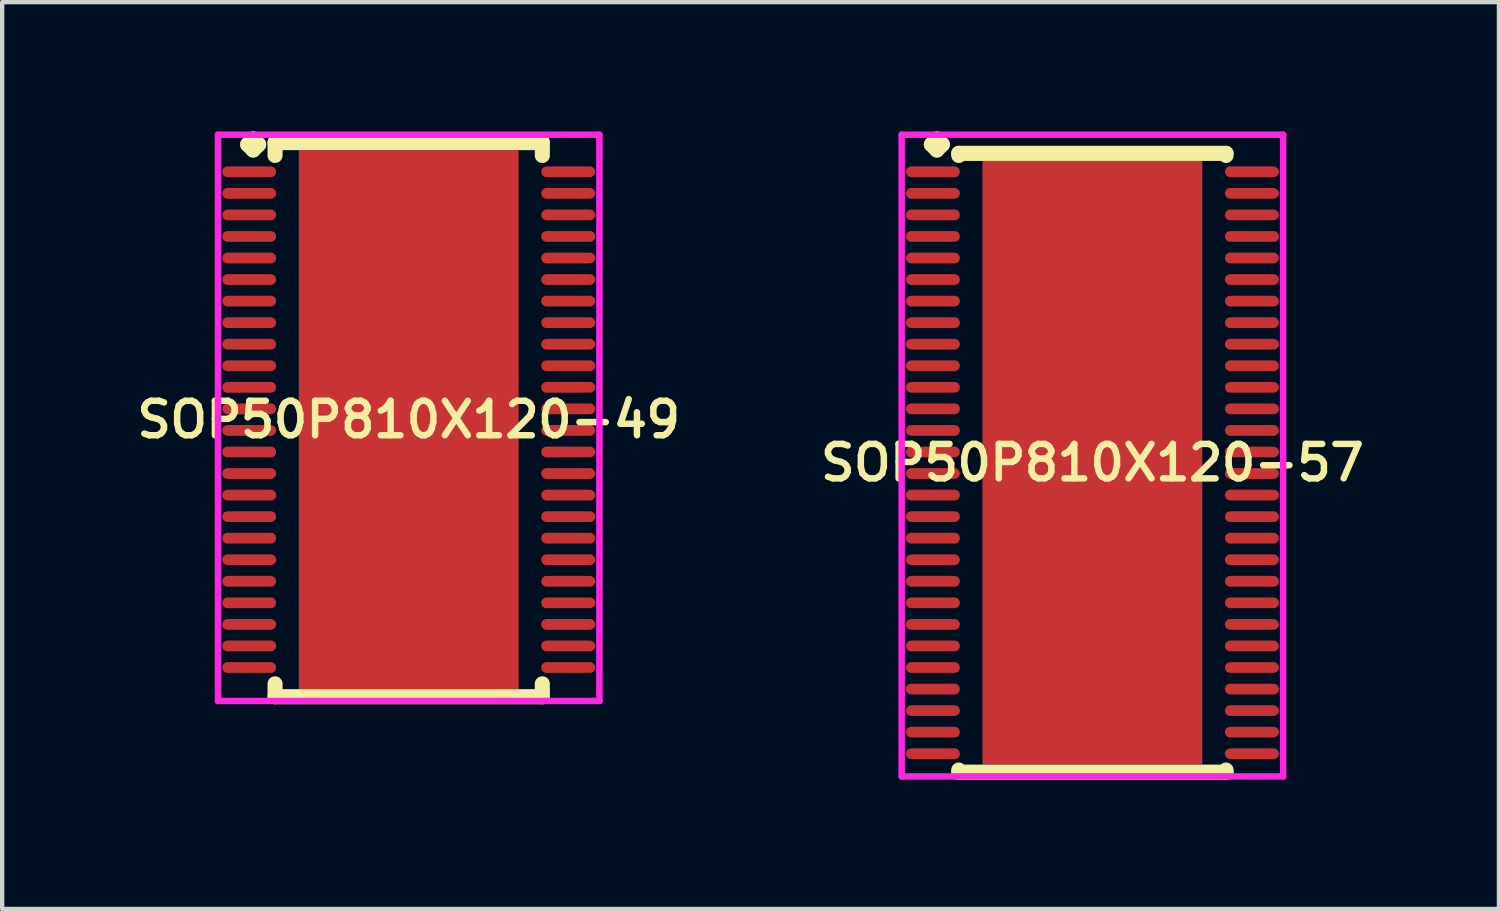
<source format=kicad_pcb>
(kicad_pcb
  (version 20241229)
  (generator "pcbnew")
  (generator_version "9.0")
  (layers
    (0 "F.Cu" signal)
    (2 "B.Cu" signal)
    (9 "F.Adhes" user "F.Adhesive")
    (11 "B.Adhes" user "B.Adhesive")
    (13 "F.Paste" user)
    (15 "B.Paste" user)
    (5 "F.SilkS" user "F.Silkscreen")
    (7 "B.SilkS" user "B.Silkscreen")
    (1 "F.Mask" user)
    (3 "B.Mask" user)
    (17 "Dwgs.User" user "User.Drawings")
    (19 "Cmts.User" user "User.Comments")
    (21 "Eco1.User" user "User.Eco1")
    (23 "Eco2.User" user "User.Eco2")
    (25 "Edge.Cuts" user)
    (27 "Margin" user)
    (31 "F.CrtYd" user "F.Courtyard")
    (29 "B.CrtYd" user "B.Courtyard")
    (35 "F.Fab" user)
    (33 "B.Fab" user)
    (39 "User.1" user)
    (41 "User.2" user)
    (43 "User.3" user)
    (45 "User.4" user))
  (footprint "SOP50P810X120-49"
    (layer "F.Cu")
    (at 6.431 6.685)
    (property "Reference" "SOP50P810X120-49" (at 0 0 0) (layer "F.SilkS") (effects (font (size 0.8 0.8) (thickness 0.15))))
    (attr smd)
    (fp_line (start -3.735 -6.383) (end -3.608 -6.51) (stroke (width 0.35) (type solid)) (layer "F.SilkS"))
    (fp_line (start -3.608 -6.51) (end -3.481 -6.383) (stroke (width 0.35) (type solid)) (layer "F.SilkS"))
    (fp_line (start -3.608 -6.256) (end -3.735 -6.383) (stroke (width 0.35) (type solid)) (layer "F.SilkS"))
    (fp_line (start -3.481 -6.383) (end -3.608 -6.256) (stroke (width 0.35) (type solid)) (layer "F.SilkS"))
    (fp_line (start -3.1 -6.427) (end 3.1 -6.427) (stroke (width 0.35) (type solid)) (layer "F.SilkS"))
    (fp_line (start -3.1 -6.129) (end -3.1 -6.427) (stroke (width 0.35) (type solid)) (layer "F.SilkS"))
    (fp_line (start -3.1 6.129) (end -3.1 6.427) (stroke (width 0.35) (type solid)) (layer "F.SilkS"))
    (fp_line (start -3.1 6.427) (end 3.1 6.427) (stroke (width 0.35) (type solid)) (layer "F.SilkS"))
    (fp_line (start 3.1 -6.427) (end 3.1 -6.129) (stroke (width 0.35) (type solid)) (layer "F.SilkS"))
    (fp_line (start 3.1 6.427) (end 3.1 6.129) (stroke (width 0.35) (type solid)) (layer "F.SilkS"))
    (fp_line (start -4.425 -6.61) (end 4.425 -6.61) (stroke (width 0.15) (type solid)) (layer "F.CrtYd"))
    (fp_line (start -4.425 6.527) (end -4.425 -6.61) (stroke (width 0.15) (type solid)) (layer "F.CrtYd"))
    (fp_line (start 4.425 -6.61) (end 4.425 6.527) (stroke (width 0.15) (type solid)) (layer "F.CrtYd"))
    (fp_line (start 4.425 6.527) (end -4.425 6.527) (stroke (width 0.15) (type solid)) (layer "F.CrtYd"))
    (pad "1" smd oval (at -3.7 -5.75) (size 1.25 0.25) (layers "F.Cu" "F.Mask" "F.Paste"))
    (pad "2" smd oval (at -3.7 -5.25) (size 1.25 0.25) (layers "F.Cu" "F.Mask" "F.Paste"))
    (pad "3" smd oval (at -3.7 -4.75) (size 1.25 0.25) (layers "F.Cu" "F.Mask" "F.Paste"))
    (pad "4" smd oval (at -3.7 -4.25) (size 1.25 0.25) (layers "F.Cu" "F.Mask" "F.Paste"))
    (pad "5" smd oval (at -3.7 -3.75) (size 1.25 0.25) (layers "F.Cu" "F.Mask" "F.Paste"))
    (pad "6" smd oval (at -3.7 -3.25) (size 1.25 0.25) (layers "F.Cu" "F.Mask" "F.Paste"))
    (pad "7" smd oval (at -3.7 -2.75) (size 1.25 0.25) (layers "F.Cu" "F.Mask" "F.Paste"))
    (pad "8" smd oval (at -3.7 -2.25) (size 1.25 0.25) (layers "F.Cu" "F.Mask" "F.Paste"))
    (pad "9" smd oval (at -3.7 -1.75) (size 1.25 0.25) (layers "F.Cu" "F.Mask" "F.Paste"))
    (pad "10" smd oval (at -3.7 -1.25) (size 1.25 0.25) (layers "F.Cu" "F.Mask" "F.Paste"))
    (pad "11" smd oval (at -3.7 -0.75) (size 1.25 0.25) (layers "F.Cu" "F.Mask" "F.Paste"))
    (pad "12" smd oval (at -3.7 -0.25) (size 1.25 0.25) (layers "F.Cu" "F.Mask" "F.Paste"))
    (pad "13" smd oval (at -3.7 0.25) (size 1.25 0.25) (layers "F.Cu" "F.Mask" "F.Paste"))
    (pad "14" smd oval (at -3.7 0.75) (size 1.25 0.25) (layers "F.Cu" "F.Mask" "F.Paste"))
    (pad "15" smd oval (at -3.7 1.25) (size 1.25 0.25) (layers "F.Cu" "F.Mask" "F.Paste"))
    (pad "16" smd oval (at -3.7 1.75) (size 1.25 0.25) (layers "F.Cu" "F.Mask" "F.Paste"))
    (pad "17" smd oval (at -3.7 2.25) (size 1.25 0.25) (layers "F.Cu" "F.Mask" "F.Paste"))
    (pad "18" smd oval (at -3.7 2.75) (size 1.25 0.25) (layers "F.Cu" "F.Mask" "F.Paste"))
    (pad "19" smd oval (at -3.7 3.25) (size 1.25 0.25) (layers "F.Cu" "F.Mask" "F.Paste"))
    (pad "20" smd oval (at -3.7 3.75) (size 1.25 0.25) (layers "F.Cu" "F.Mask" "F.Paste"))
    (pad "21" smd oval (at -3.7 4.25) (size 1.25 0.25) (layers "F.Cu" "F.Mask" "F.Paste"))
    (pad "22" smd oval (at -3.7 4.75) (size 1.25 0.25) (layers "F.Cu" "F.Mask" "F.Paste"))
    (pad "23" smd oval (at -3.7 5.25) (size 1.25 0.25) (layers "F.Cu" "F.Mask" "F.Paste"))
    (pad "24" smd oval (at -3.7 5.75) (size 1.25 0.25) (layers "F.Cu" "F.Mask" "F.Paste"))
    (pad "25" smd oval (at 3.7 5.75) (size 1.25 0.25) (layers "F.Cu" "F.Mask" "F.Paste"))
    (pad "26" smd oval (at 3.7 5.25) (size 1.25 0.25) (layers "F.Cu" "F.Mask" "F.Paste"))
    (pad "27" smd oval (at 3.7 4.75) (size 1.25 0.25) (layers "F.Cu" "F.Mask" "F.Paste"))
    (pad "28" smd oval (at 3.7 4.25) (size 1.25 0.25) (layers "F.Cu" "F.Mask" "F.Paste"))
    (pad "29" smd oval (at 3.7 3.75) (size 1.25 0.25) (layers "F.Cu" "F.Mask" "F.Paste"))
    (pad "30" smd oval (at 3.7 3.25) (size 1.25 0.25) (layers "F.Cu" "F.Mask" "F.Paste"))
    (pad "31" smd oval (at 3.7 2.75) (size 1.25 0.25) (layers "F.Cu" "F.Mask" "F.Paste"))
    (pad "32" smd oval (at 3.7 2.25) (size 1.25 0.25) (layers "F.Cu" "F.Mask" "F.Paste"))
    (pad "33" smd oval (at 3.7 1.75) (size 1.25 0.25) (layers "F.Cu" "F.Mask" "F.Paste"))
    (pad "34" smd oval (at 3.7 1.25) (size 1.25 0.25) (layers "F.Cu" "F.Mask" "F.Paste"))
    (pad "35" smd oval (at 3.7 0.75) (size 1.25 0.25) (layers "F.Cu" "F.Mask" "F.Paste"))
    (pad "36" smd oval (at 3.7 0.25) (size 1.25 0.25) (layers "F.Cu" "F.Mask" "F.Paste"))
    (pad "37" smd oval (at 3.7 -0.25) (size 1.25 0.25) (layers "F.Cu" "F.Mask" "F.Paste"))
    (pad "38" smd oval (at 3.7 -0.75) (size 1.25 0.25) (layers "F.Cu" "F.Mask" "F.Paste"))
    (pad "39" smd oval (at 3.7 -1.25) (size 1.25 0.25) (layers "F.Cu" "F.Mask" "F.Paste"))
    (pad "40" smd oval (at 3.7 -1.75) (size 1.25 0.25) (layers "F.Cu" "F.Mask" "F.Paste"))
    (pad "41" smd oval (at 3.7 -2.25) (size 1.25 0.25) (layers "F.Cu" "F.Mask" "F.Paste"))
    (pad "42" smd oval (at 3.7 -2.75) (size 1.25 0.25) (layers "F.Cu" "F.Mask" "F.Paste"))
    (pad "43" smd oval (at 3.7 -3.25) (size 1.25 0.25) (layers "F.Cu" "F.Mask" "F.Paste"))
    (pad "44" smd oval (at 3.7 -3.75) (size 1.25 0.25) (layers "F.Cu" "F.Mask" "F.Paste"))
    (pad "45" smd oval (at 3.7 -4.25) (size 1.25 0.25) (layers "F.Cu" "F.Mask" "F.Paste"))
    (pad "46" smd oval (at 3.7 -4.75) (size 1.25 0.25) (layers "F.Cu" "F.Mask" "F.Paste"))
    (pad "47" smd oval (at 3.7 -5.25) (size 1.25 0.25) (layers "F.Cu" "F.Mask" "F.Paste"))
    (pad "48" smd oval (at 3.7 -5.75) (size 1.25 0.25) (layers "F.Cu" "F.Mask" "F.Paste"))
    (pad "49" smd rect (at 0 0) (size 5.1 12.5) (layers "F.Cu" "F.Mask" "F.Paste")))
  (footprint "SOP50P810X120-57"
    (layer "F.Cu")
    (at 22.292 7.685)
    (property "Reference" "SOP50P810X120-57" (at 0 0 0) (layer "F.SilkS") (effects (font (size 0.8 0.8) (thickness 0.15))))
    (attr smd)
    (fp_line (start -3.735 -7.383) (end -3.608 -7.51) (stroke (width 0.35) (type solid)) (layer "F.SilkS"))
    (fp_line (start -3.608 -7.51) (end -3.481 -7.383) (stroke (width 0.35) (type solid)) (layer "F.SilkS"))
    (fp_line (start -3.608 -7.256) (end -3.735 -7.383) (stroke (width 0.35) (type solid)) (layer "F.SilkS"))
    (fp_line (start -3.481 -7.383) (end -3.608 -7.256) (stroke (width 0.35) (type solid)) (layer "F.SilkS"))
    (fp_line (start -3.1 -7.177) (end 3.1 -7.177) (stroke (width 0.35) (type solid)) (layer "F.SilkS"))
    (fp_line (start -3.1 -7.129) (end -3.1 -7.177) (stroke (width 0.35) (type solid)) (layer "F.SilkS"))
    (fp_line (start -3.1 7.129) (end -3.1 7.177) (stroke (width 0.35) (type solid)) (layer "F.SilkS"))
    (fp_line (start -3.1 7.177) (end 3.1 7.177) (stroke (width 0.35) (type solid)) (layer "F.SilkS"))
    (fp_line (start 3.1 -7.177) (end 3.1 -7.129) (stroke (width 0.35) (type solid)) (layer "F.SilkS"))
    (fp_line (start 3.1 7.177) (end 3.1 7.129) (stroke (width 0.35) (type solid)) (layer "F.SilkS"))
    (fp_line (start -4.425 -7.61) (end 4.425 -7.61) (stroke (width 0.15) (type solid)) (layer "F.CrtYd"))
    (fp_line (start -4.425 7.277) (end -4.425 -7.61) (stroke (width 0.15) (type solid)) (layer "F.CrtYd"))
    (fp_line (start 4.425 -7.61) (end 4.425 7.277) (stroke (width 0.15) (type solid)) (layer "F.CrtYd"))
    (fp_line (start 4.425 7.277) (end -4.425 7.277) (stroke (width 0.15) (type solid)) (layer "F.CrtYd"))
    (pad "1" smd oval (at -3.7 -6.75) (size 1.25 0.25) (layers "F.Cu" "F.Mask" "F.Paste"))
    (pad "2" smd oval (at -3.7 -6.25) (size 1.25 0.25) (layers "F.Cu" "F.Mask" "F.Paste"))
    (pad "3" smd oval (at -3.7 -5.75) (size 1.25 0.25) (layers "F.Cu" "F.Mask" "F.Paste"))
    (pad "4" smd oval (at -3.7 -5.25) (size 1.25 0.25) (layers "F.Cu" "F.Mask" "F.Paste"))
    (pad "5" smd oval (at -3.7 -4.75) (size 1.25 0.25) (layers "F.Cu" "F.Mask" "F.Paste"))
    (pad "6" smd oval (at -3.7 -4.25) (size 1.25 0.25) (layers "F.Cu" "F.Mask" "F.Paste"))
    (pad "7" smd oval (at -3.7 -3.75) (size 1.25 0.25) (layers "F.Cu" "F.Mask" "F.Paste"))
    (pad "8" smd oval (at -3.7 -3.25) (size 1.25 0.25) (layers "F.Cu" "F.Mask" "F.Paste"))
    (pad "9" smd oval (at -3.7 -2.75) (size 1.25 0.25) (layers "F.Cu" "F.Mask" "F.Paste"))
    (pad "10" smd oval (at -3.7 -2.25) (size 1.25 0.25) (layers "F.Cu" "F.Mask" "F.Paste"))
    (pad "11" smd oval (at -3.7 -1.75) (size 1.25 0.25) (layers "F.Cu" "F.Mask" "F.Paste"))
    (pad "12" smd oval (at -3.7 -1.25) (size 1.25 0.25) (layers "F.Cu" "F.Mask" "F.Paste"))
    (pad "13" smd oval (at -3.7 -0.75) (size 1.25 0.25) (layers "F.Cu" "F.Mask" "F.Paste"))
    (pad "14" smd oval (at -3.7 -0.25) (size 1.25 0.25) (layers "F.Cu" "F.Mask" "F.Paste"))
    (pad "15" smd oval (at -3.7 0.25) (size 1.25 0.25) (layers "F.Cu" "F.Mask" "F.Paste"))
    (pad "16" smd oval (at -3.7 0.75) (size 1.25 0.25) (layers "F.Cu" "F.Mask" "F.Paste"))
    (pad "17" smd oval (at -3.7 1.25) (size 1.25 0.25) (layers "F.Cu" "F.Mask" "F.Paste"))
    (pad "18" smd oval (at -3.7 1.75) (size 1.25 0.25) (layers "F.Cu" "F.Mask" "F.Paste"))
    (pad "19" smd oval (at -3.7 2.25) (size 1.25 0.25) (layers "F.Cu" "F.Mask" "F.Paste"))
    (pad "20" smd oval (at -3.7 2.75) (size 1.25 0.25) (layers "F.Cu" "F.Mask" "F.Paste"))
    (pad "21" smd oval (at -3.7 3.25) (size 1.25 0.25) (layers "F.Cu" "F.Mask" "F.Paste"))
    (pad "22" smd oval (at -3.7 3.75) (size 1.25 0.25) (layers "F.Cu" "F.Mask" "F.Paste"))
    (pad "23" smd oval (at -3.7 4.25) (size 1.25 0.25) (layers "F.Cu" "F.Mask" "F.Paste"))
    (pad "24" smd oval (at -3.7 4.75) (size 1.25 0.25) (layers "F.Cu" "F.Mask" "F.Paste"))
    (pad "25" smd oval (at -3.7 5.25) (size 1.25 0.25) (layers "F.Cu" "F.Mask" "F.Paste"))
    (pad "26" smd oval (at -3.7 5.75) (size 1.25 0.25) (layers "F.Cu" "F.Mask" "F.Paste"))
    (pad "27" smd oval (at -3.7 6.25) (size 1.25 0.25) (layers "F.Cu" "F.Mask" "F.Paste"))
    (pad "28" smd oval (at -3.7 6.75) (size 1.25 0.25) (layers "F.Cu" "F.Mask" "F.Paste"))
    (pad "29" smd oval (at 3.7 6.75) (size 1.25 0.25) (layers "F.Cu" "F.Mask" "F.Paste"))
    (pad "30" smd oval (at 3.7 6.25) (size 1.25 0.25) (layers "F.Cu" "F.Mask" "F.Paste"))
    (pad "31" smd oval (at 3.7 5.75) (size 1.25 0.25) (layers "F.Cu" "F.Mask" "F.Paste"))
    (pad "32" smd oval (at 3.7 5.25) (size 1.25 0.25) (layers "F.Cu" "F.Mask" "F.Paste"))
    (pad "33" smd oval (at 3.7 4.75) (size 1.25 0.25) (layers "F.Cu" "F.Mask" "F.Paste"))
    (pad "34" smd oval (at 3.7 4.25) (size 1.25 0.25) (layers "F.Cu" "F.Mask" "F.Paste"))
    (pad "35" smd oval (at 3.7 3.75) (size 1.25 0.25) (layers "F.Cu" "F.Mask" "F.Paste"))
    (pad "36" smd oval (at 3.7 3.25) (size 1.25 0.25) (layers "F.Cu" "F.Mask" "F.Paste"))
    (pad "37" smd oval (at 3.7 2.75) (size 1.25 0.25) (layers "F.Cu" "F.Mask" "F.Paste"))
    (pad "38" smd oval (at 3.7 2.25) (size 1.25 0.25) (layers "F.Cu" "F.Mask" "F.Paste"))
    (pad "39" smd oval (at 3.7 1.75) (size 1.25 0.25) (layers "F.Cu" "F.Mask" "F.Paste"))
    (pad "40" smd oval (at 3.7 1.25) (size 1.25 0.25) (layers "F.Cu" "F.Mask" "F.Paste"))
    (pad "41" smd oval (at 3.7 0.75) (size 1.25 0.25) (layers "F.Cu" "F.Mask" "F.Paste"))
    (pad "42" smd oval (at 3.7 0.25) (size 1.25 0.25) (layers "F.Cu" "F.Mask" "F.Paste"))
    (pad "43" smd oval (at 3.7 -0.25) (size 1.25 0.25) (layers "F.Cu" "F.Mask" "F.Paste"))
    (pad "44" smd oval (at 3.7 -0.75) (size 1.25 0.25) (layers "F.Cu" "F.Mask" "F.Paste"))
    (pad "45" smd oval (at 3.7 -1.25) (size 1.25 0.25) (layers "F.Cu" "F.Mask" "F.Paste"))
    (pad "46" smd oval (at 3.7 -1.75) (size 1.25 0.25) (layers "F.Cu" "F.Mask" "F.Paste"))
    (pad "47" smd oval (at 3.7 -2.25) (size 1.25 0.25) (layers "F.Cu" "F.Mask" "F.Paste"))
    (pad "48" smd oval (at 3.7 -2.75) (size 1.25 0.25) (layers "F.Cu" "F.Mask" "F.Paste"))
    (pad "49" smd oval (at 3.7 -3.25) (size 1.25 0.25) (layers "F.Cu" "F.Mask" "F.Paste"))
    (pad "50" smd oval (at 3.7 -3.75) (size 1.25 0.25) (layers "F.Cu" "F.Mask" "F.Paste"))
    (pad "51" smd oval (at 3.7 -4.25) (size 1.25 0.25) (layers "F.Cu" "F.Mask" "F.Paste"))
    (pad "52" smd oval (at 3.7 -4.75) (size 1.25 0.25) (layers "F.Cu" "F.Mask" "F.Paste"))
    (pad "53" smd oval (at 3.7 -5.25) (size 1.25 0.25) (layers "F.Cu" "F.Mask" "F.Paste"))
    (pad "54" smd oval (at 3.7 -5.75) (size 1.25 0.25) (layers "F.Cu" "F.Mask" "F.Paste"))
    (pad "55" smd oval (at 3.7 -6.25) (size 1.25 0.25) (layers "F.Cu" "F.Mask" "F.Paste"))
    (pad "56" smd oval (at 3.7 -6.75) (size 1.25 0.25) (layers "F.Cu" "F.Mask" "F.Paste"))
    (pad "57" smd rect (at 0 0) (size 5.1 14) (layers "F.Cu" "F.Mask" "F.Paste")))
  (gr_rect
    (start -3 -3)
    (end 31.723 18.037)
    (stroke (width 0.1) (type default))
    (fill no)
    (layer "Edge.Cuts")))
</source>
